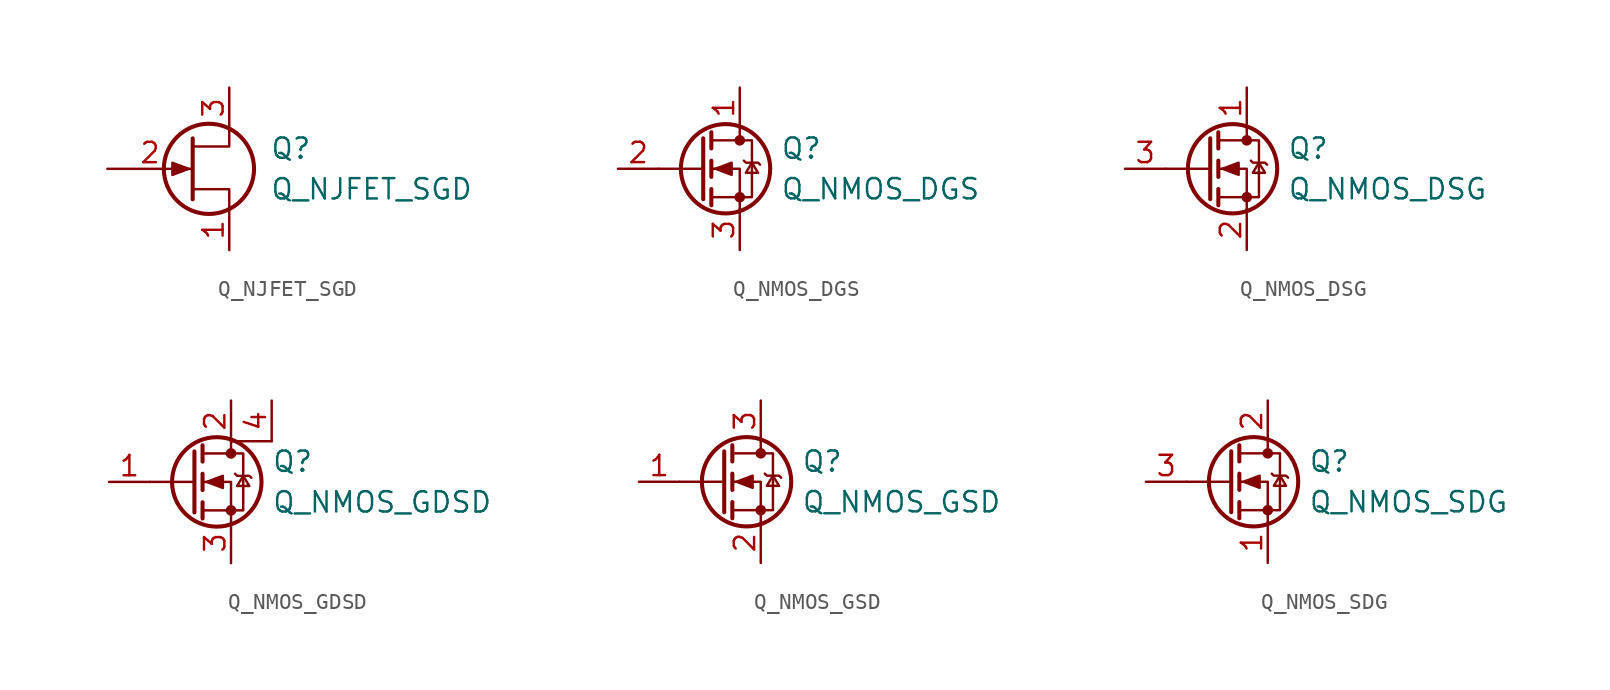
<source format=kicad_sym>
(kicad_symbol_lib
  (version 20211014)
  (generator kicad_symbol_editor)
  (symbol "Q_NJFET_SGD"
    (pin_names
      (offset 0) hide)
    (property "Reference" "Q"
      (at 5.08 1.27 0)
      (effects (font (size 1.27 1.27)) (justify left)))
    (property "Value" "Q_NJFET_SGD"
      (at 5.08 -1.27 0)
      (effects (font (size 1.27 1.27)) (justify left)))
    (symbol "Q_NJFET_SGD_0_1"
      (polyline (pts (xy 0.254 1.905) (xy 0.254 -1.905) (xy 0.254 -1.905)) (stroke (width 0.254) (type default) (color 0 0 0 0)) (fill (type none)))
      (polyline (pts (xy 2.54 -2.54) (xy 2.54 -1.27) (xy 0.254 -1.27)) (stroke (width 0) (type default) (color 0 0 0 0)) (fill (type none)))
      (polyline (pts (xy 2.54 2.54) (xy 2.54 1.397) (xy 0.254 1.397)) (stroke (width 0) (type default) (color 0 0 0 0)) (fill (type none)))
      (polyline (pts (xy 0 0) (xy -1.016 0.381) (xy -1.016 -0.381) (xy 0 0)) (stroke (width 0) (type default) (color 0 0 0 0)) (fill (type outline)))
      (circle (center 1.27 0) (radius 2.819) (stroke (width 0.254) (type default) (color 0 0 0 0)) (fill (type none))))
    (symbol "Q_NJFET_SGD_1_1"
      (pin passive line (at 2.54 -5.08 90) (length 2.54) (name "S" (effects (font (size 1.27 1.27)))) (number "1" (effects (font (size 1.27 1.27)))))
      (pin input line (at -5.08 0 0) (length 5.334) (name "G" (effects (font (size 1.27 1.27)))) (number "2" (effects (font (size 1.27 1.27)))))
      (pin passive line (at 2.54 5.08 270) (length 2.54) (name "D" (effects (font (size 1.27 1.27)))) (number "3" (effects (font (size 1.27 1.27)))))))
  (symbol "Q_NMOS_DGS"
    (pin_names
      (offset 0) hide)
    (property "Reference" "Q"
      (at 5.08 1.27 0)
      (effects (font (size 1.27 1.27)) (justify left)))
    (property "Value" "Q_NMOS_DGS"
      (at 5.08 -1.27 0)
      (effects (font (size 1.27 1.27)) (justify left)))
    (symbol "Q_NMOS_DGS_0_1"
      (polyline (pts (xy 0.254 0) (xy -2.54 0)) (stroke (width 0) (type default) (color 0 0 0 0)) (fill (type none)))
      (polyline (pts (xy 0.254 1.905) (xy 0.254 -1.905)) (stroke (width 0.254) (type default) (color 0 0 0 0)) (fill (type none)))
      (polyline (pts (xy 0.762 -1.27) (xy 0.762 -2.286)) (stroke (width 0.254) (type default) (color 0 0 0 0)) (fill (type none)))
      (polyline (pts (xy 0.762 0.508) (xy 0.762 -0.508)) (stroke (width 0.254) (type default) (color 0 0 0 0)) (fill (type none)))
      (polyline (pts (xy 0.762 2.286) (xy 0.762 1.27)) (stroke (width 0.254) (type default) (color 0 0 0 0)) (fill (type none)))
      (polyline (pts (xy 2.54 2.54) (xy 2.54 1.778)) (stroke (width 0) (type default) (color 0 0 0 0)) (fill (type none)))
      (polyline (pts (xy 2.54 -2.54) (xy 2.54 0) (xy 0.762 0)) (stroke (width 0) (type default) (color 0 0 0 0)) (fill (type none)))
      (polyline (pts (xy 0.762 -1.778) (xy 3.302 -1.778) (xy 3.302 1.778) (xy 0.762 1.778)) (stroke (width 0) (type default) (color 0 0 0 0)) (fill (type none)))
      (polyline (pts (xy 1.016 0) (xy 2.032 0.381) (xy 2.032 -0.381) (xy 1.016 0)) (stroke (width 0) (type default) (color 0 0 0 0)) (fill (type outline)))
      (polyline (pts (xy 2.794 0.508) (xy 2.921 0.381) (xy 3.683 0.381) (xy 3.81 0.254)) (stroke (width 0) (type default) (color 0 0 0 0)) (fill (type none)))
      (polyline (pts (xy 3.302 0.381) (xy 2.921 -0.254) (xy 3.683 -0.254) (xy 3.302 0.381)) (stroke (width 0) (type default) (color 0 0 0 0)) (fill (type none)))
      (circle (center 1.651 0) (radius 2.794) (stroke (width 0.254) (type default) (color 0 0 0 0)) (fill (type none)))
      (circle (center 2.54 -1.778) (radius 0.254) (stroke (width 0) (type default) (color 0 0 0 0)) (fill (type outline)))
      (circle (center 2.54 1.778) (radius 0.254) (stroke (width 0) (type default) (color 0 0 0 0)) (fill (type outline))))
    (symbol "Q_NMOS_DGS_1_1"
      (pin passive line (at 2.54 5.08 270) (length 2.54) (name "D" (effects (font (size 1.27 1.27)))) (number "1" (effects (font (size 1.27 1.27)))))
      (pin input line (at -5.08 0 0) (length 2.54) (name "G" (effects (font (size 1.27 1.27)))) (number "2" (effects (font (size 1.27 1.27)))))
      (pin passive line (at 2.54 -5.08 90) (length 2.54) (name "S" (effects (font (size 1.27 1.27)))) (number "3" (effects (font (size 1.27 1.27)))))))
  (symbol "Q_NMOS_DSG"
    (pin_names
      (offset 0) hide)
    (property "Reference" "Q"
      (at 5.08 1.27 0)
      (effects (font (size 1.27 1.27)) (justify left)))
    (property "Value" "Q_NMOS_DSG"
      (at 5.08 -1.27 0)
      (effects (font (size 1.27 1.27)) (justify left)))
    (symbol "Q_NMOS_DSG_0_1"
      (polyline (pts (xy 0.254 0) (xy -2.54 0)) (stroke (width 0) (type default) (color 0 0 0 0)) (fill (type none)))
      (polyline (pts (xy 0.254 1.905) (xy 0.254 -1.905)) (stroke (width 0.254) (type default) (color 0 0 0 0)) (fill (type none)))
      (polyline (pts (xy 0.762 -1.27) (xy 0.762 -2.286)) (stroke (width 0.254) (type default) (color 0 0 0 0)) (fill (type none)))
      (polyline (pts (xy 0.762 0.508) (xy 0.762 -0.508)) (stroke (width 0.254) (type default) (color 0 0 0 0)) (fill (type none)))
      (polyline (pts (xy 0.762 2.286) (xy 0.762 1.27)) (stroke (width 0.254) (type default) (color 0 0 0 0)) (fill (type none)))
      (polyline (pts (xy 2.54 2.54) (xy 2.54 1.778)) (stroke (width 0) (type default) (color 0 0 0 0)) (fill (type none)))
      (polyline (pts (xy 2.54 -2.54) (xy 2.54 0) (xy 0.762 0)) (stroke (width 0) (type default) (color 0 0 0 0)) (fill (type none)))
      (polyline (pts (xy 0.762 -1.778) (xy 3.302 -1.778) (xy 3.302 1.778) (xy 0.762 1.778)) (stroke (width 0) (type default) (color 0 0 0 0)) (fill (type none)))
      (polyline (pts (xy 1.016 0) (xy 2.032 0.381) (xy 2.032 -0.381) (xy 1.016 0)) (stroke (width 0) (type default) (color 0 0 0 0)) (fill (type outline)))
      (polyline (pts (xy 2.794 0.508) (xy 2.921 0.381) (xy 3.683 0.381) (xy 3.81 0.254)) (stroke (width 0) (type default) (color 0 0 0 0)) (fill (type none)))
      (polyline (pts (xy 3.302 0.381) (xy 2.921 -0.254) (xy 3.683 -0.254) (xy 3.302 0.381)) (stroke (width 0) (type default) (color 0 0 0 0)) (fill (type none)))
      (circle (center 1.651 0) (radius 2.794) (stroke (width 0.254) (type default) (color 0 0 0 0)) (fill (type none)))
      (circle (center 2.54 -1.778) (radius 0.254) (stroke (width 0) (type default) (color 0 0 0 0)) (fill (type outline)))
      (circle (center 2.54 1.778) (radius 0.254) (stroke (width 0) (type default) (color 0 0 0 0)) (fill (type outline))))
    (symbol "Q_NMOS_DSG_1_1"
      (pin passive line (at 2.54 5.08 270) (length 2.54) (name "D" (effects (font (size 1.27 1.27)))) (number "1" (effects (font (size 1.27 1.27)))))
      (pin passive line (at 2.54 -5.08 90) (length 2.54) (name "S" (effects (font (size 1.27 1.27)))) (number "2" (effects (font (size 1.27 1.27)))))
      (pin input line (at -5.08 0 0) (length 2.54) (name "G" (effects (font (size 1.27 1.27)))) (number "3" (effects (font (size 1.27 1.27)))))))
  (symbol "Q_NMOS_GDSD"
    (pin_names
      (offset 0) hide)
    (property "Reference" "Q"
      (at 5.08 1.27 0)
      (effects (font (size 1.27 1.27)) (justify left)))
    (property "Value" "Q_NMOS_GDSD"
      (at 5.08 -1.27 0)
      (effects (font (size 1.27 1.27)) (justify left)))
    (symbol "Q_NMOS_GDSD_0_1"
      (polyline (pts (xy 0.254 0) (xy -2.54 0)) (stroke (width 0) (type default) (color 0 0 0 0)) (fill (type none)))
      (polyline (pts (xy 0.254 1.905) (xy 0.254 -1.905)) (stroke (width 0.254) (type default) (color 0 0 0 0)) (fill (type none)))
      (polyline (pts (xy 0.762 -1.27) (xy 0.762 -2.286)) (stroke (width 0.254) (type default) (color 0 0 0 0)) (fill (type none)))
      (polyline (pts (xy 0.762 0.508) (xy 0.762 -0.508)) (stroke (width 0.254) (type default) (color 0 0 0 0)) (fill (type none)))
      (polyline (pts (xy 0.762 2.286) (xy 0.762 1.27)) (stroke (width 0.254) (type default) (color 0 0 0 0)) (fill (type none)))
      (polyline (pts (xy 2.54 -2.54) (xy 2.54 0) (xy 0.762 0)) (stroke (width 0) (type default) (color 0 0 0 0)) (fill (type none)))
      (polyline (pts (xy 5.08 2.54) (xy 2.54 2.54) (xy 2.54 1.778)) (stroke (width 0) (type default) (color 0 0 0 0)) (fill (type none)))
      (polyline (pts (xy 0.762 -1.778) (xy 3.302 -1.778) (xy 3.302 1.778) (xy 0.762 1.778)) (stroke (width 0) (type default) (color 0 0 0 0)) (fill (type none)))
      (polyline (pts (xy 1.016 0) (xy 2.032 0.381) (xy 2.032 -0.381) (xy 1.016 0)) (stroke (width 0) (type default) (color 0 0 0 0)) (fill (type outline)))
      (polyline (pts (xy 2.794 0.508) (xy 2.921 0.381) (xy 3.683 0.381) (xy 3.81 0.254)) (stroke (width 0) (type default) (color 0 0 0 0)) (fill (type none)))
      (polyline (pts (xy 3.302 0.381) (xy 2.921 -0.254) (xy 3.683 -0.254) (xy 3.302 0.381)) (stroke (width 0) (type default) (color 0 0 0 0)) (fill (type none)))
      (circle (center 1.651 0) (radius 2.794) (stroke (width 0.254) (type default) (color 0 0 0 0)) (fill (type none)))
      (circle (center 2.54 -1.778) (radius 0.254) (stroke (width 0) (type default) (color 0 0 0 0)) (fill (type outline)))
      (circle (center 2.54 1.778) (radius 0.254) (stroke (width 0) (type default) (color 0 0 0 0)) (fill (type outline))))
    (symbol "Q_NMOS_GDSD_1_1"
      (pin input line (at -5.08 0 0) (length 2.54) (name "G" (effects (font (size 1.27 1.27)))) (number "1" (effects (font (size 1.27 1.27)))))
      (pin passive line (at 2.54 5.08 270) (length 2.54) (name "D" (effects (font (size 1.27 1.27)))) (number "2" (effects (font (size 1.27 1.27)))))
      (pin passive line (at 2.54 -5.08 90) (length 2.54) (name "S" (effects (font (size 1.27 1.27)))) (number "3" (effects (font (size 1.27 1.27)))))
      (pin passive line (at 5.08 5.08 270) (length 2.54) (name "D" (effects (font (size 1.27 1.27)))) (number "4" (effects (font (size 1.27 1.27)))))))
  (symbol "Q_NMOS_GSD"
    (pin_names
      (offset 0) hide)
    (property "Reference" "Q"
      (at 5.08 1.27 0)
      (effects (font (size 1.27 1.27)) (justify left)))
    (property "Value" "Q_NMOS_GSD"
      (at 5.08 -1.27 0)
      (effects (font (size 1.27 1.27)) (justify left)))
    (symbol "Q_NMOS_GSD_0_1"
      (polyline (pts (xy 0.254 0) (xy -2.54 0)) (stroke (width 0) (type default) (color 0 0 0 0)) (fill (type none)))
      (polyline (pts (xy 0.254 1.905) (xy 0.254 -1.905)) (stroke (width 0.254) (type default) (color 0 0 0 0)) (fill (type none)))
      (polyline (pts (xy 0.762 -1.27) (xy 0.762 -2.286)) (stroke (width 0.254) (type default) (color 0 0 0 0)) (fill (type none)))
      (polyline (pts (xy 0.762 0.508) (xy 0.762 -0.508)) (stroke (width 0.254) (type default) (color 0 0 0 0)) (fill (type none)))
      (polyline (pts (xy 0.762 2.286) (xy 0.762 1.27)) (stroke (width 0.254) (type default) (color 0 0 0 0)) (fill (type none)))
      (polyline (pts (xy 2.54 2.54) (xy 2.54 1.778)) (stroke (width 0) (type default) (color 0 0 0 0)) (fill (type none)))
      (polyline (pts (xy 2.54 -2.54) (xy 2.54 0) (xy 0.762 0)) (stroke (width 0) (type default) (color 0 0 0 0)) (fill (type none)))
      (polyline (pts (xy 0.762 -1.778) (xy 3.302 -1.778) (xy 3.302 1.778) (xy 0.762 1.778)) (stroke (width 0) (type default) (color 0 0 0 0)) (fill (type none)))
      (polyline (pts (xy 1.016 0) (xy 2.032 0.381) (xy 2.032 -0.381) (xy 1.016 0)) (stroke (width 0) (type default) (color 0 0 0 0)) (fill (type outline)))
      (polyline (pts (xy 2.794 0.508) (xy 2.921 0.381) (xy 3.683 0.381) (xy 3.81 0.254)) (stroke (width 0) (type default) (color 0 0 0 0)) (fill (type none)))
      (polyline (pts (xy 3.302 0.381) (xy 2.921 -0.254) (xy 3.683 -0.254) (xy 3.302 0.381)) (stroke (width 0) (type default) (color 0 0 0 0)) (fill (type none)))
      (circle (center 1.651 0) (radius 2.794) (stroke (width 0.254) (type default) (color 0 0 0 0)) (fill (type none)))
      (circle (center 2.54 -1.778) (radius 0.254) (stroke (width 0) (type default) (color 0 0 0 0)) (fill (type outline)))
      (circle (center 2.54 1.778) (radius 0.254) (stroke (width 0) (type default) (color 0 0 0 0)) (fill (type outline))))
    (symbol "Q_NMOS_GSD_1_1"
      (pin input line (at -5.08 0 0) (length 2.54) (name "G" (effects (font (size 1.27 1.27)))) (number "1" (effects (font (size 1.27 1.27)))))
      (pin passive line (at 2.54 -5.08 90) (length 2.54) (name "S" (effects (font (size 1.27 1.27)))) (number "2" (effects (font (size 1.27 1.27)))))
      (pin passive line (at 2.54 5.08 270) (length 2.54) (name "D" (effects (font (size 1.27 1.27)))) (number "3" (effects (font (size 1.27 1.27)))))))
  (symbol "Q_NMOS_SDG"
    (pin_names
      (offset 0) hide)
    (property "Reference" "Q"
      (at 5.08 1.27 0)
      (effects (font (size 1.27 1.27)) (justify left)))
    (property "Value" "Q_NMOS_SDG"
      (at 5.08 -1.27 0)
      (effects (font (size 1.27 1.27)) (justify left)))
    (symbol "Q_NMOS_SDG_0_1"
      (polyline (pts (xy 0.254 0) (xy -2.54 0)) (stroke (width 0) (type default) (color 0 0 0 0)) (fill (type none)))
      (polyline (pts (xy 0.254 1.905) (xy 0.254 -1.905)) (stroke (width 0.254) (type default) (color 0 0 0 0)) (fill (type none)))
      (polyline (pts (xy 0.762 -1.27) (xy 0.762 -2.286)) (stroke (width 0.254) (type default) (color 0 0 0 0)) (fill (type none)))
      (polyline (pts (xy 0.762 0.508) (xy 0.762 -0.508)) (stroke (width 0.254) (type default) (color 0 0 0 0)) (fill (type none)))
      (polyline (pts (xy 0.762 2.286) (xy 0.762 1.27)) (stroke (width 0.254) (type default) (color 0 0 0 0)) (fill (type none)))
      (polyline (pts (xy 2.54 2.54) (xy 2.54 1.778)) (stroke (width 0) (type default) (color 0 0 0 0)) (fill (type none)))
      (polyline (pts (xy 2.54 -2.54) (xy 2.54 0) (xy 0.762 0)) (stroke (width 0) (type default) (color 0 0 0 0)) (fill (type none)))
      (polyline (pts (xy 0.762 -1.778) (xy 3.302 -1.778) (xy 3.302 1.778) (xy 0.762 1.778)) (stroke (width 0) (type default) (color 0 0 0 0)) (fill (type none)))
      (polyline (pts (xy 1.016 0) (xy 2.032 0.381) (xy 2.032 -0.381) (xy 1.016 0)) (stroke (width 0) (type default) (color 0 0 0 0)) (fill (type outline)))
      (polyline (pts (xy 2.794 0.508) (xy 2.921 0.381) (xy 3.683 0.381) (xy 3.81 0.254)) (stroke (width 0) (type default) (color 0 0 0 0)) (fill (type none)))
      (polyline (pts (xy 3.302 0.381) (xy 2.921 -0.254) (xy 3.683 -0.254) (xy 3.302 0.381)) (stroke (width 0) (type default) (color 0 0 0 0)) (fill (type none)))
      (circle (center 1.651 0) (radius 2.794) (stroke (width 0.254) (type default) (color 0 0 0 0)) (fill (type none)))
      (circle (center 2.54 -1.778) (radius 0.254) (stroke (width 0) (type default) (color 0 0 0 0)) (fill (type outline)))
      (circle (center 2.54 1.778) (radius 0.254) (stroke (width 0) (type default) (color 0 0 0 0)) (fill (type outline))))
    (symbol "Q_NMOS_SDG_1_1"
      (pin passive line (at 2.54 -5.08 90) (length 2.54) (name "S" (effects (font (size 1.27 1.27)))) (number "1" (effects (font (size 1.27 1.27)))))
      (pin passive line (at 2.54 5.08 270) (length 2.54) (name "D" (effects (font (size 1.27 1.27)))) (number "2" (effects (font (size 1.27 1.27)))))
      (pin input line (at -5.08 0 0) (length 2.54) (name "G" (effects (font (size 1.27 1.27)))) (number "3" (effects (font (size 1.27 1.27))))))))
</source>
